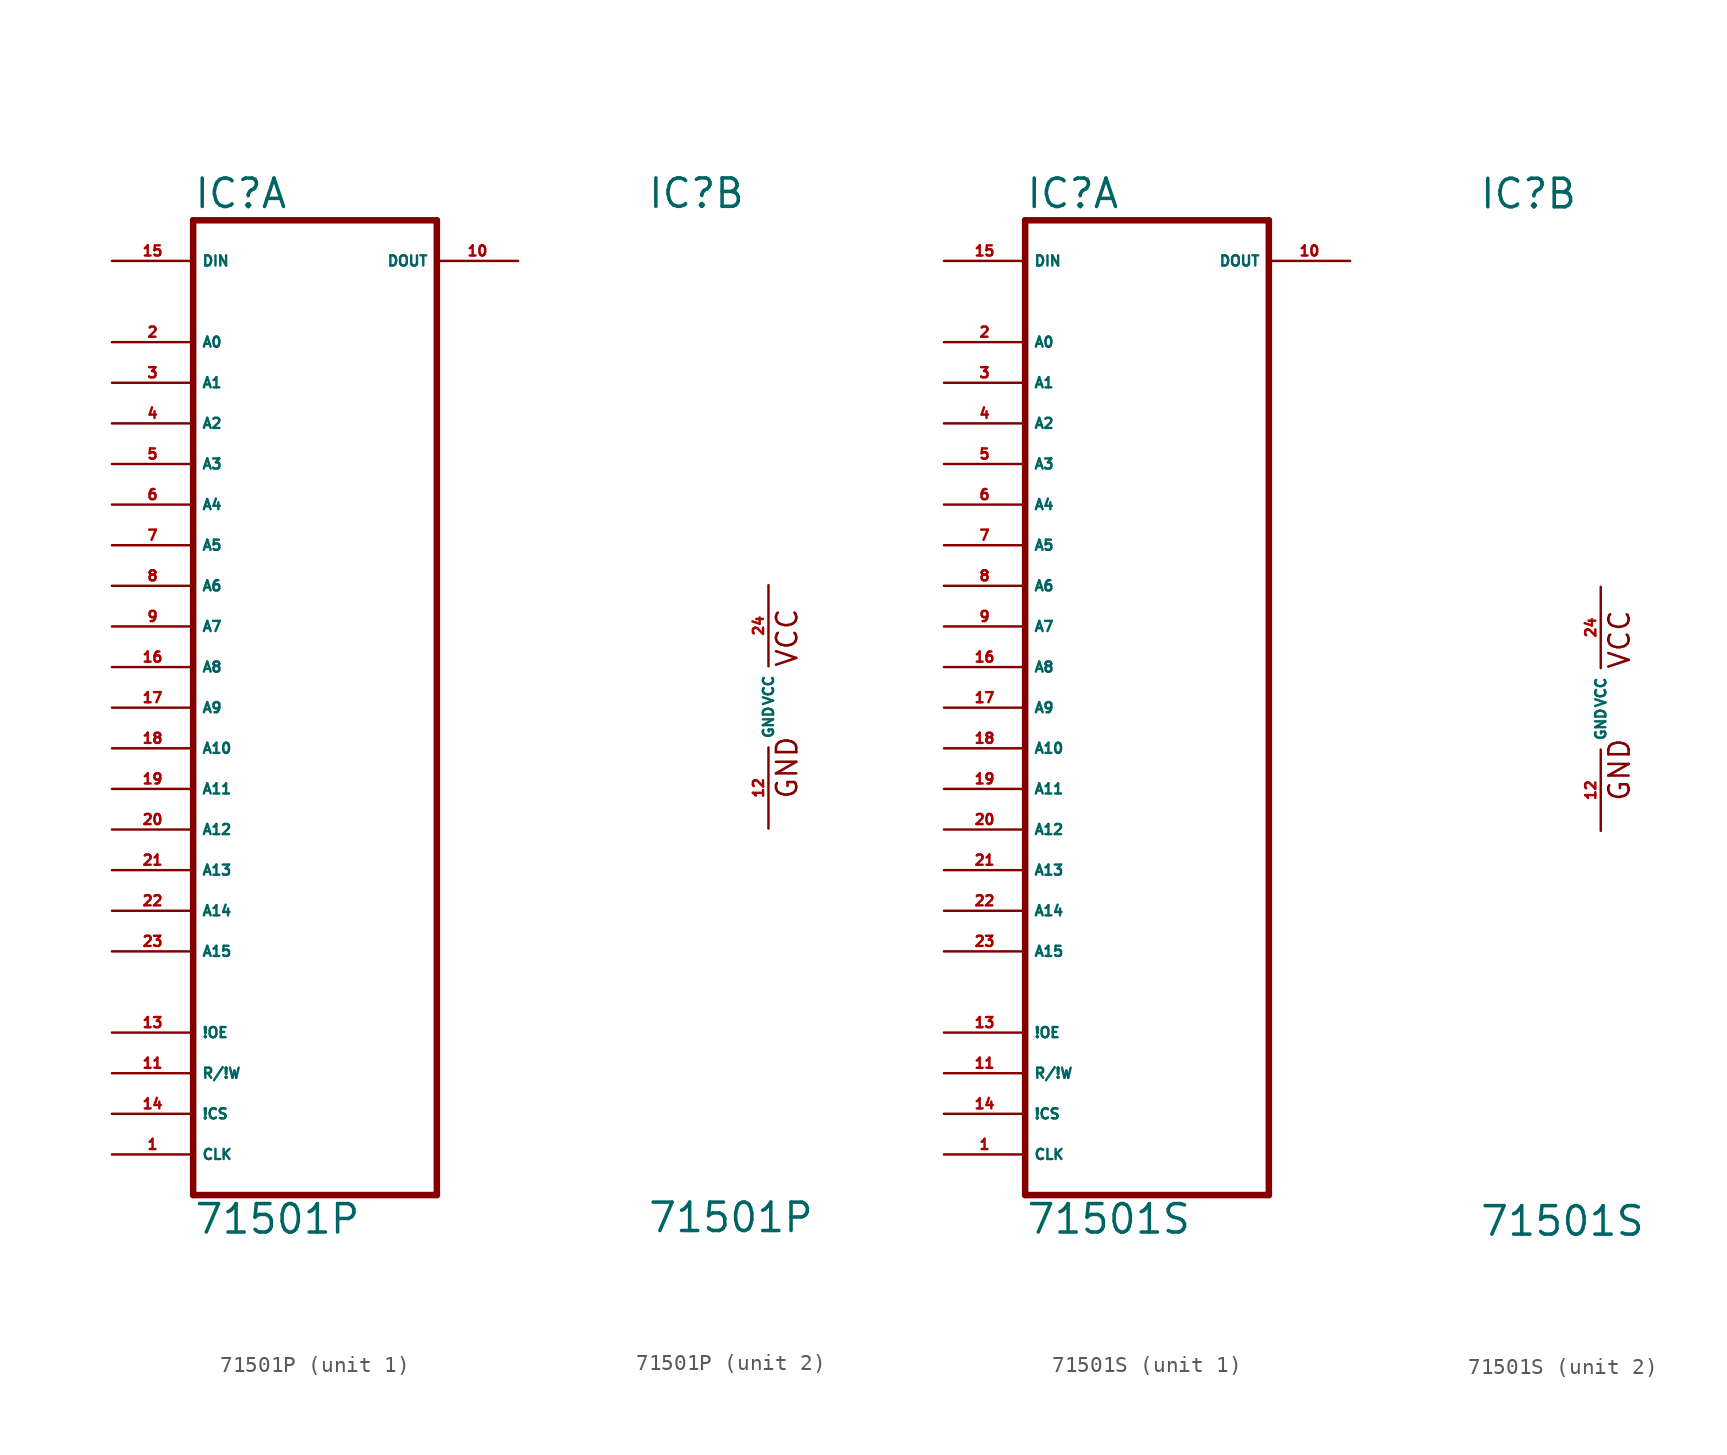
<source format=kicad_sym>
(kicad_symbol_lib
  (version 20220914)
  (generator Eagle2Kicad)
  (symbol "71501P"
    (property "Reference" "IC"
      (at -7.62 31.115 0)
      (effects (font (size 1.778 1.778) (thickness 0.22)) (justify left bottom)))
    (property "Value" "71501P"
      (at -7.62 -33.02 0)
      (effects (font (size 1.778 1.778) (thickness 0.22)) (justify left bottom)))
    (symbol "71501P_1_0"
      (polyline (pts (xy -7.62 -30.48) (xy 7.62 -30.48)) (stroke (width 0.406) (type default)) (fill (type none)))
      (polyline (pts (xy 7.62 -30.48) (xy 7.62 30.48)) (stroke (width 0.406) (type default)) (fill (type none)))
      (polyline (pts (xy 7.62 30.48) (xy -7.62 30.48)) (stroke (width 0.406) (type default)) (fill (type none)))
      (polyline (pts (xy -7.62 30.48) (xy -7.62 -30.48)) (stroke (width 0.406) (type default)) (fill (type none)))
      (pin input line (at -12.7 22.86 0) (length 5.08) (name "A0" (effects (font (size 0.635 0.635) (thickness 0.08)) (justify left bottom))) (number "2" (effects (font (size 0.635 0.635) (thickness 0.08)) (justify left bottom))))
      (pin input line (at -12.7 20.32 0) (length 5.08) (name "A1" (effects (font (size 0.635 0.635) (thickness 0.08)) (justify left bottom))) (number "3" (effects (font (size 0.635 0.635) (thickness 0.08)) (justify left bottom))))
      (pin input line (at -12.7 17.78 0) (length 5.08) (name "A2" (effects (font (size 0.635 0.635) (thickness 0.08)) (justify left bottom))) (number "4" (effects (font (size 0.635 0.635) (thickness 0.08)) (justify left bottom))))
      (pin input line (at -12.7 15.24 0) (length 5.08) (name "A3" (effects (font (size 0.635 0.635) (thickness 0.08)) (justify left bottom))) (number "5" (effects (font (size 0.635 0.635) (thickness 0.08)) (justify left bottom))))
      (pin input line (at -12.7 12.7 0) (length 5.08) (name "A4" (effects (font (size 0.635 0.635) (thickness 0.08)) (justify left bottom))) (number "6" (effects (font (size 0.635 0.635) (thickness 0.08)) (justify left bottom))))
      (pin input line (at -12.7 10.16 0) (length 5.08) (name "A5" (effects (font (size 0.635 0.635) (thickness 0.08)) (justify left bottom))) (number "7" (effects (font (size 0.635 0.635) (thickness 0.08)) (justify left bottom))))
      (pin input line (at -12.7 7.62 0) (length 5.08) (name "A6" (effects (font (size 0.635 0.635) (thickness 0.08)) (justify left bottom))) (number "8" (effects (font (size 0.635 0.635) (thickness 0.08)) (justify left bottom))))
      (pin input line (at -12.7 5.08 0) (length 5.08) (name "A7" (effects (font (size 0.635 0.635) (thickness 0.08)) (justify left bottom))) (number "9" (effects (font (size 0.635 0.635) (thickness 0.08)) (justify left bottom))))
      (pin input line (at -12.7 2.54 0) (length 5.08) (name "A8" (effects (font (size 0.635 0.635) (thickness 0.08)) (justify left bottom))) (number "16" (effects (font (size 0.635 0.635) (thickness 0.08)) (justify left bottom))))
      (pin input line (at -12.7 0 0) (length 5.08) (name "A9" (effects (font (size 0.635 0.635) (thickness 0.08)) (justify left bottom))) (number "17" (effects (font (size 0.635 0.635) (thickness 0.08)) (justify left bottom))))
      (pin input line (at -12.7 -2.54 0) (length 5.08) (name "A10" (effects (font (size 0.635 0.635) (thickness 0.08)) (justify left bottom))) (number "18" (effects (font (size 0.635 0.635) (thickness 0.08)) (justify left bottom))))
      (pin input line (at -12.7 -5.08 0) (length 5.08) (name "A11" (effects (font (size 0.635 0.635) (thickness 0.08)) (justify left bottom))) (number "19" (effects (font (size 0.635 0.635) (thickness 0.08)) (justify left bottom))))
      (pin input line (at -12.7 -20.32 0) (length 5.08) (name "!OE" (effects (font (size 0.635 0.635) (thickness 0.08)) (justify left bottom))) (number "13" (effects (font (size 0.635 0.635) (thickness 0.08)) (justify left bottom))))
      (pin input line (at -12.7 -22.86 0) (length 5.08) (name "R/!W" (effects (font (size 0.635 0.635) (thickness 0.08)) (justify left bottom))) (number "11" (effects (font (size 0.635 0.635) (thickness 0.08)) (justify left bottom))))
      (pin input line (at -12.7 -25.4 0) (length 5.08) (name "!CS" (effects (font (size 0.635 0.635) (thickness 0.08)) (justify left bottom))) (number "14" (effects (font (size 0.635 0.635) (thickness 0.08)) (justify left bottom))))
      (pin input line (at -12.7 -27.94 0) (length 5.08) (name "CLK" (effects (font (size 0.635 0.635) (thickness 0.08)) (justify left bottom))) (number "1" (effects (font (size 0.635 0.635) (thickness 0.08)) (justify left bottom))))
      (pin input line (at -12.7 -7.62 0) (length 5.08) (name "A12" (effects (font (size 0.635 0.635) (thickness 0.08)) (justify left bottom))) (number "20" (effects (font (size 0.635 0.635) (thickness 0.08)) (justify left bottom))))
      (pin input line (at -12.7 27.94 0) (length 5.08) (name "DIN" (effects (font (size 0.635 0.635) (thickness 0.08)) (justify left bottom))) (number "15" (effects (font (size 0.635 0.635) (thickness 0.08)) (justify left bottom))))
      (pin output line (at 12.7 27.94 180) (length 5.08) (name "DOUT" (effects (font (size 0.635 0.635) (thickness 0.08)) (justify left bottom))) (number "10" (effects (font (size 0.635 0.635) (thickness 0.08)) (justify left bottom))))
      (pin input line (at -12.7 -10.16 0) (length 5.08) (name "A13" (effects (font (size 0.635 0.635) (thickness 0.08)) (justify left bottom))) (number "21" (effects (font (size 0.635 0.635) (thickness 0.08)) (justify left bottom))))
      (pin input line (at -12.7 -12.7 0) (length 5.08) (name "A14" (effects (font (size 0.635 0.635) (thickness 0.08)) (justify left bottom))) (number "22" (effects (font (size 0.635 0.635) (thickness 0.08)) (justify left bottom))))
      (pin input line (at -12.7 -15.24 0) (length 5.08) (name "A15" (effects (font (size 0.635 0.635) (thickness 0.08)) (justify left bottom))) (number "23" (effects (font (size 0.635 0.635) (thickness 0.08)) (justify left bottom)))))
    (symbol "71501P_2_0"
      (text "GND" (at 1.905 -5.842 900) (effects (font (size 1.27 1.27) (thickness 0.16)) (justify left bottom)))
      (text "VCC" (at 1.905 2.413 900) (effects (font (size 1.27 1.27) (thickness 0.16)) (justify left bottom)))
      (pin unspecified line (at 0 7.62 270) (length 5.08) (name "VCC" (effects (font (size 0.635 0.635) (thickness 0.08)) (justify left bottom))) (number "24" (effects (font (size 0.635 0.635) (thickness 0.08)) (justify left bottom))))
      (pin unspecified line (at 0 -7.62 90) (length 5.08) (name "GND" (effects (font (size 0.635 0.635) (thickness 0.08)) (justify left bottom))) (number "12" (effects (font (size 0.635 0.635) (thickness 0.08)) (justify left bottom))))))
  (symbol "71501S"
    (property "Reference" "IC"
      (at -7.62 31.115 0)
      (effects (font (size 1.778 1.778) (thickness 0.22)) (justify left bottom)))
    (property "Value" "71501S"
      (at -7.62 -33.02 0)
      (effects (font (size 1.778 1.778) (thickness 0.22)) (justify left bottom)))
    (symbol "71501S_1_0"
      (polyline (pts (xy -7.62 -30.48) (xy 7.62 -30.48)) (stroke (width 0.406) (type default)) (fill (type none)))
      (polyline (pts (xy 7.62 -30.48) (xy 7.62 30.48)) (stroke (width 0.406) (type default)) (fill (type none)))
      (polyline (pts (xy 7.62 30.48) (xy -7.62 30.48)) (stroke (width 0.406) (type default)) (fill (type none)))
      (polyline (pts (xy -7.62 30.48) (xy -7.62 -30.48)) (stroke (width 0.406) (type default)) (fill (type none)))
      (pin input line (at -12.7 22.86 0) (length 5.08) (name "A0" (effects (font (size 0.635 0.635) (thickness 0.08)) (justify left bottom))) (number "2" (effects (font (size 0.635 0.635) (thickness 0.08)) (justify left bottom))))
      (pin input line (at -12.7 20.32 0) (length 5.08) (name "A1" (effects (font (size 0.635 0.635) (thickness 0.08)) (justify left bottom))) (number "3" (effects (font (size 0.635 0.635) (thickness 0.08)) (justify left bottom))))
      (pin input line (at -12.7 17.78 0) (length 5.08) (name "A2" (effects (font (size 0.635 0.635) (thickness 0.08)) (justify left bottom))) (number "4" (effects (font (size 0.635 0.635) (thickness 0.08)) (justify left bottom))))
      (pin input line (at -12.7 15.24 0) (length 5.08) (name "A3" (effects (font (size 0.635 0.635) (thickness 0.08)) (justify left bottom))) (number "5" (effects (font (size 0.635 0.635) (thickness 0.08)) (justify left bottom))))
      (pin input line (at -12.7 12.7 0) (length 5.08) (name "A4" (effects (font (size 0.635 0.635) (thickness 0.08)) (justify left bottom))) (number "6" (effects (font (size 0.635 0.635) (thickness 0.08)) (justify left bottom))))
      (pin input line (at -12.7 10.16 0) (length 5.08) (name "A5" (effects (font (size 0.635 0.635) (thickness 0.08)) (justify left bottom))) (number "7" (effects (font (size 0.635 0.635) (thickness 0.08)) (justify left bottom))))
      (pin input line (at -12.7 7.62 0) (length 5.08) (name "A6" (effects (font (size 0.635 0.635) (thickness 0.08)) (justify left bottom))) (number "8" (effects (font (size 0.635 0.635) (thickness 0.08)) (justify left bottom))))
      (pin input line (at -12.7 5.08 0) (length 5.08) (name "A7" (effects (font (size 0.635 0.635) (thickness 0.08)) (justify left bottom))) (number "9" (effects (font (size 0.635 0.635) (thickness 0.08)) (justify left bottom))))
      (pin input line (at -12.7 2.54 0) (length 5.08) (name "A8" (effects (font (size 0.635 0.635) (thickness 0.08)) (justify left bottom))) (number "16" (effects (font (size 0.635 0.635) (thickness 0.08)) (justify left bottom))))
      (pin input line (at -12.7 0 0) (length 5.08) (name "A9" (effects (font (size 0.635 0.635) (thickness 0.08)) (justify left bottom))) (number "17" (effects (font (size 0.635 0.635) (thickness 0.08)) (justify left bottom))))
      (pin input line (at -12.7 -2.54 0) (length 5.08) (name "A10" (effects (font (size 0.635 0.635) (thickness 0.08)) (justify left bottom))) (number "18" (effects (font (size 0.635 0.635) (thickness 0.08)) (justify left bottom))))
      (pin input line (at -12.7 -5.08 0) (length 5.08) (name "A11" (effects (font (size 0.635 0.635) (thickness 0.08)) (justify left bottom))) (number "19" (effects (font (size 0.635 0.635) (thickness 0.08)) (justify left bottom))))
      (pin input line (at -12.7 -20.32 0) (length 5.08) (name "!OE" (effects (font (size 0.635 0.635) (thickness 0.08)) (justify left bottom))) (number "13" (effects (font (size 0.635 0.635) (thickness 0.08)) (justify left bottom))))
      (pin input line (at -12.7 -22.86 0) (length 5.08) (name "R/!W" (effects (font (size 0.635 0.635) (thickness 0.08)) (justify left bottom))) (number "11" (effects (font (size 0.635 0.635) (thickness 0.08)) (justify left bottom))))
      (pin input line (at -12.7 -25.4 0) (length 5.08) (name "!CS" (effects (font (size 0.635 0.635) (thickness 0.08)) (justify left bottom))) (number "14" (effects (font (size 0.635 0.635) (thickness 0.08)) (justify left bottom))))
      (pin input line (at -12.7 -27.94 0) (length 5.08) (name "CLK" (effects (font (size 0.635 0.635) (thickness 0.08)) (justify left bottom))) (number "1" (effects (font (size 0.635 0.635) (thickness 0.08)) (justify left bottom))))
      (pin input line (at -12.7 -7.62 0) (length 5.08) (name "A12" (effects (font (size 0.635 0.635) (thickness 0.08)) (justify left bottom))) (number "20" (effects (font (size 0.635 0.635) (thickness 0.08)) (justify left bottom))))
      (pin input line (at -12.7 27.94 0) (length 5.08) (name "DIN" (effects (font (size 0.635 0.635) (thickness 0.08)) (justify left bottom))) (number "15" (effects (font (size 0.635 0.635) (thickness 0.08)) (justify left bottom))))
      (pin output line (at 12.7 27.94 180) (length 5.08) (name "DOUT" (effects (font (size 0.635 0.635) (thickness 0.08)) (justify left bottom))) (number "10" (effects (font (size 0.635 0.635) (thickness 0.08)) (justify left bottom))))
      (pin input line (at -12.7 -10.16 0) (length 5.08) (name "A13" (effects (font (size 0.635 0.635) (thickness 0.08)) (justify left bottom))) (number "21" (effects (font (size 0.635 0.635) (thickness 0.08)) (justify left bottom))))
      (pin input line (at -12.7 -12.7 0) (length 5.08) (name "A14" (effects (font (size 0.635 0.635) (thickness 0.08)) (justify left bottom))) (number "22" (effects (font (size 0.635 0.635) (thickness 0.08)) (justify left bottom))))
      (pin input line (at -12.7 -15.24 0) (length 5.08) (name "A15" (effects (font (size 0.635 0.635) (thickness 0.08)) (justify left bottom))) (number "23" (effects (font (size 0.635 0.635) (thickness 0.08)) (justify left bottom)))))
    (symbol "71501S_2_0"
      (text "GND" (at 1.905 -5.842 900) (effects (font (size 1.27 1.27) (thickness 0.16)) (justify left bottom)))
      (text "VCC" (at 1.905 2.413 900) (effects (font (size 1.27 1.27) (thickness 0.16)) (justify left bottom)))
      (pin unspecified line (at 0 7.62 270) (length 5.08) (name "VCC" (effects (font (size 0.635 0.635) (thickness 0.08)) (justify left bottom))) (number "24" (effects (font (size 0.635 0.635) (thickness 0.08)) (justify left bottom))))
      (pin unspecified line (at 0 -7.62 90) (length 5.08) (name "GND" (effects (font (size 0.635 0.635) (thickness 0.08)) (justify left bottom))) (number "12" (effects (font (size 0.635 0.635) (thickness 0.08)) (justify left bottom)))))))
</source>
